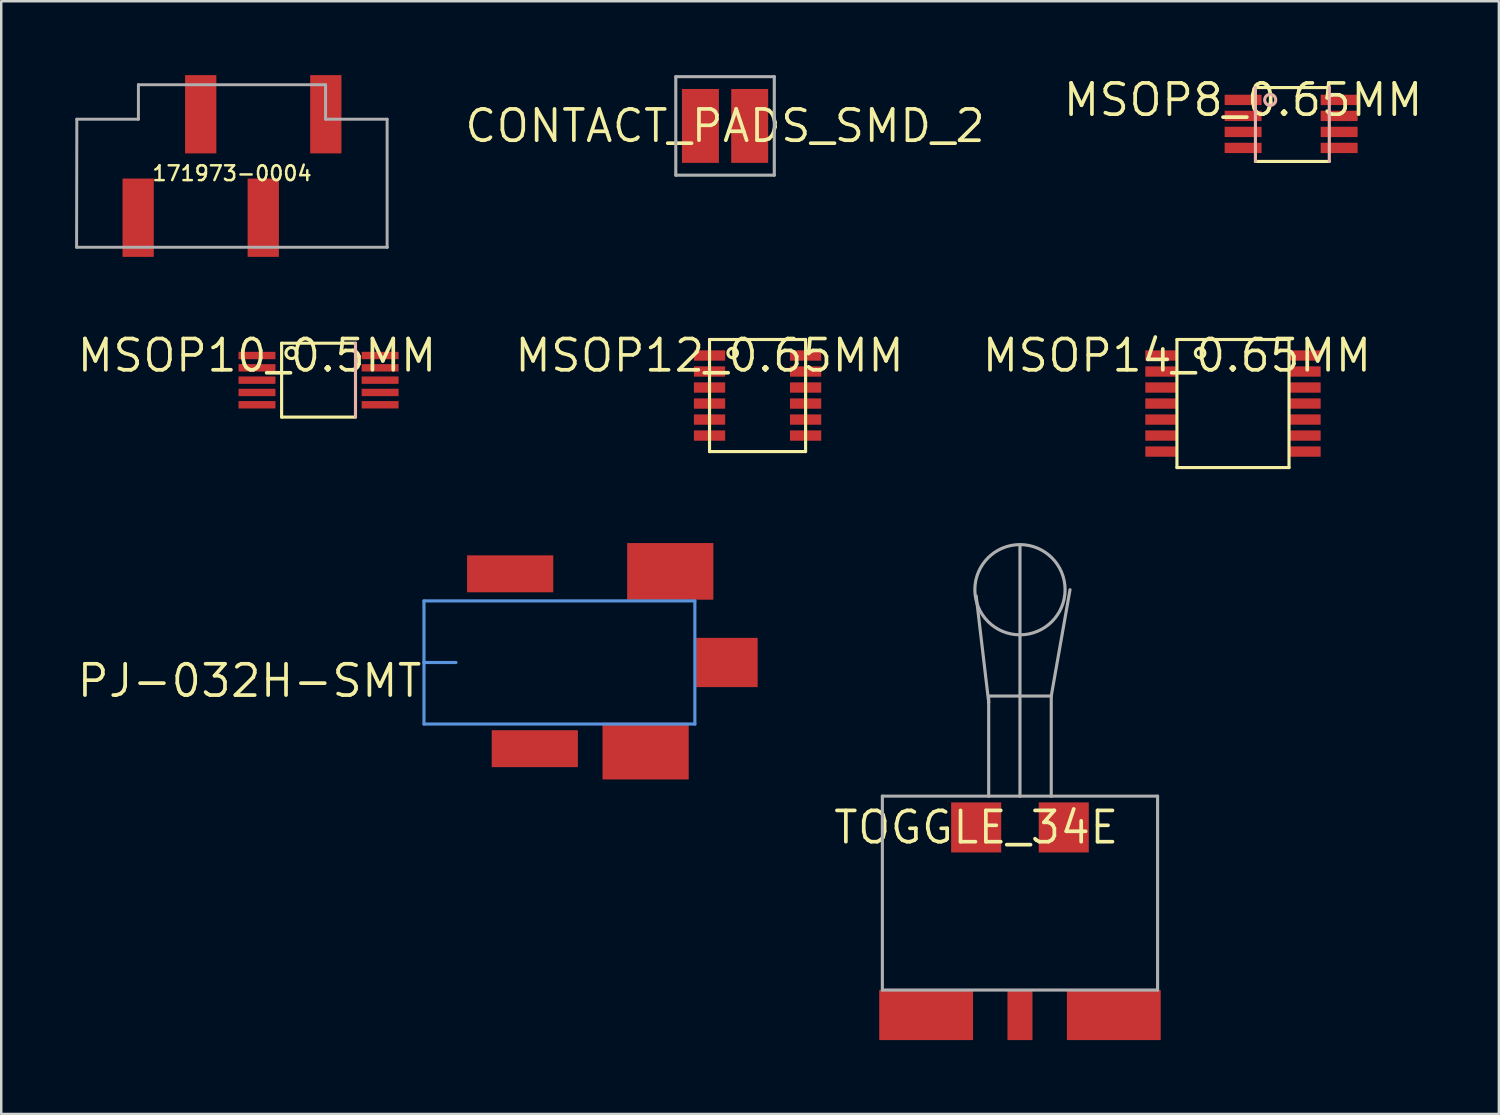
<source format=kicad_pcb>
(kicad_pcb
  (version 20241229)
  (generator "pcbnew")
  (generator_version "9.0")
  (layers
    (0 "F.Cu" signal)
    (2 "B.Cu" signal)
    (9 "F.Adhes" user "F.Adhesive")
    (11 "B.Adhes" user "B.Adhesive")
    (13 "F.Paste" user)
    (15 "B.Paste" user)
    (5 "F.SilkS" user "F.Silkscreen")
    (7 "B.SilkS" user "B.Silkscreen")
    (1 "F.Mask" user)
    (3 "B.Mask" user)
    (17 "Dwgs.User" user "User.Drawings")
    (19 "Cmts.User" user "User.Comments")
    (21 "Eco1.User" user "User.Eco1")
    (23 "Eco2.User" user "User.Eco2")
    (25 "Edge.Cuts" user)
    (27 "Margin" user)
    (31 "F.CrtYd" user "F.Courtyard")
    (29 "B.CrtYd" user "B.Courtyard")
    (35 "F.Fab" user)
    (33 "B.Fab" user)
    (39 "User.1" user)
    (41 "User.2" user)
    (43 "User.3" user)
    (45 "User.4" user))
  (footprint "171973-0004"
    (layer "F.Cu")
    (at 6.37 3.69)
    (property "Reference" "171973-0004" (at 0 0.3 0) (layer "F.SilkS") (effects (font (size 0.6 0.6) (thickness 0.1))))
    (attr through_hole)
    (fp_line (start -6.3 -1.9) (end -6.31 3.3) (stroke (width 0.12) (type solid)) (layer "F.Fab"))
    (fp_line (start -3.8 -3.3) (end -3.8 -1.9) (stroke (width 0.12) (type solid)) (layer "F.Fab"))
    (fp_line (start -3.8 -3.3) (end 3.8 -3.3) (stroke (width 0.12) (type solid)) (layer "F.Fab"))
    (fp_line (start -3.8 -1.9) (end -6.3 -1.9) (stroke (width 0.12) (type solid)) (layer "F.Fab"))
    (fp_line (start 3.8 -3.3) (end 3.8 -1.9) (stroke (width 0.12) (type solid)) (layer "F.Fab"))
    (fp_line (start 6.3 -1.9) (end 3.8 -1.9) (stroke (width 0.12) (type solid)) (layer "F.Fab"))
    (fp_line (start 6.3 3.3) (end 6.3 -1.9) (stroke (width 0.12) (type solid)) (layer "F.Fab"))
    (fp_line (start 6.31 3.3) (end -6.31 3.3) (stroke (width 0.12) (type solid)) (layer "F.Fab"))
    (pad "1" smd rect (at 3.81 -2.1) (size 1.27 3.18) (layers "F.Cu" "F.Mask" "F.Paste"))
    (pad "2" smd rect (at 1.27 2.1) (size 1.27 3.18) (layers "F.Cu" "F.Mask" "F.Paste"))
    (pad "3" smd rect (at -1.27 -2.1) (size 1.27 3.18) (layers "F.Cu" "F.Mask" "F.Paste"))
    (pad "4" smd rect (at -3.81 2.1) (size 1.27 3.18) (layers "F.Cu" "F.Mask" "F.Paste")))
  (footprint "MSOP14_0.65MM"
    (layer "F.Cu")
    (at 44.741 11.386)
    (property "Reference" "MSOP14_0.65MM" (at 0 0 0) (layer "F.SilkS") (effects (font (size 1.27 1.27) (thickness 0.15))))
    (attr through_hole)
    (fp_line (start 0 -0.65) (end 4.551 -0.65) (stroke (width 0.127) (type solid)) (layer "F.SilkS"))
    (fp_line (start 0 4.551) (end 0 -0.65) (stroke (width 0.127) (type solid)) (layer "F.SilkS"))
    (fp_line (start 4.551 -0.65) (end 4.551 4.551) (stroke (width 0.127) (type solid)) (layer "F.SilkS"))
    (fp_line (start 4.551 4.551) (end 0 4.551) (stroke (width 0.127) (type solid)) (layer "F.SilkS"))
    (fp_circle (center 0.94 -0.102) (end 1.133 -0.102) (stroke (width 0.127) (type solid)) (fill no) (layer "F.SilkS"))
    (pad "P$1" smd rect (at -0.65 0) (size 1.27 0.419) (layers "F.Cu" "F.Mask" "F.Paste"))
    (pad "P$2" smd rect (at -0.65 0.65) (size 1.27 0.419) (layers "F.Cu" "F.Mask" "F.Paste"))
    (pad "P$3" smd rect (at -0.65 1.3) (size 1.27 0.419) (layers "F.Cu" "F.Mask" "F.Paste"))
    (pad "P$4" smd rect (at -0.65 1.951) (size 1.27 0.419) (layers "F.Cu" "F.Mask" "F.Paste"))
    (pad "P$5" smd rect (at -0.65 2.601) (size 1.27 0.419) (layers "F.Cu" "F.Mask" "F.Paste"))
    (pad "P$6" smd rect (at -0.65 3.251) (size 1.27 0.419) (layers "F.Cu" "F.Mask" "F.Paste"))
    (pad "P$7" smd rect (at -0.649 3.901) (size 1.27 0.419) (layers "F.Cu" "F.Mask" "F.Paste"))
    (pad "P$8" smd rect (at 5.201 3.901) (size 1.27 0.419) (layers "F.Cu" "F.Mask" "F.Paste"))
    (pad "P$9" smd rect (at 5.201 3.251) (size 1.27 0.419) (layers "F.Cu" "F.Mask" "F.Paste"))
    (pad "P$10" smd rect (at 5.201 2.6) (size 1.27 0.419) (layers "F.Cu" "F.Mask" "F.Paste"))
    (pad "P$11" smd rect (at 5.201 1.95) (size 1.27 0.419) (layers "F.Cu" "F.Mask" "F.Paste"))
    (pad "P$12" smd rect (at 5.201 1.3) (size 1.27 0.419) (layers "F.Cu" "F.Mask" "F.Paste"))
    (pad "P$13" smd rect (at 5.201 0.65) (size 1.27 0.419) (layers "F.Cu" "F.Mask" "F.Paste"))
    (pad "P$14" smd rect (at 5.201 0) (size 1.27 0.419) (layers "F.Cu" "F.Mask" "F.Paste")))
  (footprint "CONTACT_PADS_SMD_2"
    (layer "F.Cu")
    (at 26.391 2.063)
    (property "Reference" "CONTACT_PADS_SMD_2" (at 0 0 0) (layer "F.SilkS") (effects (font (size 1.27 1.27) (thickness 0.15))))
    (attr through_hole)
    (fp_line (start -2 -2) (end 2 -2) (stroke (width 0.127) (type solid)) (layer "F.Fab"))
    (fp_line (start -2 2) (end -2 -2) (stroke (width 0.127) (type solid)) (layer "F.Fab"))
    (fp_line (start 2 -2) (end 2 2) (stroke (width 0.127) (type solid)) (layer "F.Fab"))
    (fp_line (start 2 2) (end -2 2) (stroke (width 0.127) (type solid)) (layer "F.Fab"))
    (pad "P$1" smd rect (at -1 0) (size 1.5 3) (layers "F.Cu" "F.Mask" "F.Paste"))
    (pad "P$2" smd rect (at 1 0) (size 1.5 3) (layers "F.Cu" "F.Mask" "F.Paste")))
  (footprint "TOGGLE_34E"
    (layer "F.Cu")
    (at 36.589 30.548)
    (property "Reference" "TOGGLE_34E" (at 0 0 0) (layer "F.SilkS") (effects (font (size 1.27 1.27) (thickness 0.15))))
    (attr through_hole)
    (fp_line (start -3.81 -1.27) (end 0.508 -1.27) (stroke (width 0.127) (type solid)) (layer "F.Fab"))
    (fp_line (start -3.81 6.604) (end -3.81 -1.27) (stroke (width 0.127) (type solid)) (layer "F.Fab"))
    (fp_line (start 0 -9.398) (end 0.508 -5.08) (stroke (width 0.127) (type solid)) (layer "F.Fab"))
    (fp_line (start 0.508 -5.334) (end 3.048 -5.334) (stroke (width 0.127) (type solid)) (layer "F.Fab"))
    (fp_line (start 0.508 -5.08) (end 0.508 -5.334) (stroke (width 0.127) (type solid)) (layer "F.Fab"))
    (fp_line (start 0.508 -1.27) (end 0.508 -5.08) (stroke (width 0.127) (type solid)) (layer "F.Fab"))
    (fp_line (start 1.778 -1.27) (end 0.508 -1.27) (stroke (width 0.127) (type solid)) (layer "F.Fab"))
    (fp_line (start 1.778 -1.27) (end 1.778 -11.43) (stroke (width 0.127) (type solid)) (layer "F.Fab"))
    (fp_line (start 1.778 -1.27) (end 3.048 -1.27) (stroke (width 0.127) (type solid)) (layer "F.Fab"))
    (fp_line (start 3.048 -5.334) (end 3.048 -1.27) (stroke (width 0.127) (type solid)) (layer "F.Fab"))
    (fp_line (start 3.048 -1.27) (end 7.366 -1.27) (stroke (width 0.127) (type solid)) (layer "F.Fab"))
    (fp_line (start 3.81 -9.652) (end 3.048 -5.334) (stroke (width 0.127) (type solid)) (layer "F.Fab"))
    (fp_line (start 7.366 -1.27) (end 7.366 6.604) (stroke (width 0.127) (type solid)) (layer "F.Fab"))
    (fp_line (start 7.366 6.604) (end -3.81 6.604) (stroke (width 0.127) (type solid)) (layer "F.Fab"))
    (fp_circle (center 1.778 -9.652) (end 3.61 -9.652) (stroke (width 0.127) (type solid)) (fill no) (layer "F.Fab"))
    (pad "1" smd rect (at -2.032 7.62) (size 3.81 2.032) (layers "F.Cu" "F.Mask" "F.Paste"))
    (pad "3" smd rect (at 5.588 7.62) (size 3.81 2.032) (layers "F.Cu" "F.Mask" "F.Paste"))
    (pad "COM" smd rect (at 1.778 7.62) (size 1.016 2.032) (layers "F.Cu" "F.Mask" "F.Paste"))
    (pad "NC" smd rect (at 0 0) (size 2.032 2.032) (layers "F.Cu" "F.Mask" "F.Paste"))
    (pad "NC2" smd rect (at 3.556 0) (size 2.032 2.032) (layers "F.Cu" "F.Mask" "F.Paste")))
  (footprint "MSOP12_0.65MM"
    (layer "F.Cu")
    (at 25.761 11.386)
    (property "Reference" "MSOP12_0.65MM" (at 0 0 0) (layer "F.SilkS") (effects (font (size 1.27 1.27) (thickness 0.15))))
    (attr through_hole)
    (fp_line (start 0 -0.65) (end 3.901 -0.65) (stroke (width 0.127) (type solid)) (layer "F.SilkS"))
    (fp_line (start 0 3.901) (end 0 -0.65) (stroke (width 0.127) (type solid)) (layer "F.SilkS"))
    (fp_line (start 3.901 -0.65) (end 3.901 3.901) (stroke (width 0.127) (type solid)) (layer "F.SilkS"))
    (fp_line (start 3.901 3.901) (end 0 3.901) (stroke (width 0.127) (type solid)) (layer "F.SilkS"))
    (fp_circle (center 0.94 -0.102) (end 1.133 -0.102) (stroke (width 0.127) (type solid)) (fill no) (layer "F.SilkS"))
    (pad "P$1" smd rect (at 0 0) (size 1.27 0.419) (layers "F.Cu" "F.Mask" "F.Paste"))
    (pad "P$2" smd rect (at 0 0.65) (size 1.27 0.419) (layers "F.Cu" "F.Mask" "F.Paste"))
    (pad "P$3" smd rect (at 0 1.3) (size 1.27 0.419) (layers "F.Cu" "F.Mask" "F.Paste"))
    (pad "P$4" smd rect (at 0 1.951) (size 1.27 0.419) (layers "F.Cu" "F.Mask" "F.Paste"))
    (pad "P$5" smd rect (at 0 2.601) (size 1.27 0.419) (layers "F.Cu" "F.Mask" "F.Paste"))
    (pad "P$6" smd rect (at 0 3.251) (size 1.27 0.419) (layers "F.Cu" "F.Mask" "F.Paste"))
    (pad "P$7" smd rect (at 3.901 3.251) (size 1.27 0.419) (layers "F.Cu" "F.Mask" "F.Paste"))
    (pad "P$8" smd rect (at 3.901 2.601) (size 1.27 0.419) (layers "F.Cu" "F.Mask" "F.Paste"))
    (pad "P$9" smd rect (at 3.901 1.951) (size 1.27 0.419) (layers "F.Cu" "F.Mask" "F.Paste"))
    (pad "P$10" smd rect (at 3.901 1.3) (size 1.27 0.419) (layers "F.Cu" "F.Mask" "F.Paste"))
    (pad "P$11" smd rect (at 3.901 0.65) (size 1.27 0.419) (layers "F.Cu" "F.Mask" "F.Paste"))
    (pad "P$12" smd rect (at 3.901 0) (size 1.27 0.419) (layers "F.Cu" "F.Mask" "F.Paste")))
  (footprint "MSOP8_0.65MM"
    (layer "F.Cu")
    (at 47.428 1.006)
    (property "Reference" "MSOP8_0.65MM" (at 0 0 0) (layer "F.SilkS") (effects (font (size 1.27 1.27) (thickness 0.15))))
    (attr through_hole)
    (fp_line (start 0.5 -0.5) (end 3.5 -0.5) (stroke (width 0.127) (type solid)) (layer "F.SilkS"))
    (fp_line (start 3.5 2.5) (end 0.5 2.5) (stroke (width 0.127) (type solid)) (layer "F.SilkS"))
    (fp_line (start 0.5 2.5) (end 0.5 -0.5) (stroke (width 0.127) (type solid)) (layer "B.SilkS"))
    (fp_line (start 3.5 -0.5) (end 3.5 2.5) (stroke (width 0.127) (type solid)) (layer "B.SilkS"))
    (fp_circle (center 1.1 0) (end 1.324 0) (stroke (width 0.127) (type solid)) (fill no) (layer "B.SilkS"))
    (pad "P$1" smd rect (at 0 0) (size 1.5 0.42) (layers "F.Cu" "F.Mask" "F.Paste"))
    (pad "P$2" smd rect (at 0 0.65) (size 1.5 0.42) (layers "F.Cu" "F.Mask" "F.Paste"))
    (pad "P$3" smd rect (at 0 1.3) (size 1.5 0.42) (layers "F.Cu" "F.Mask" "F.Paste"))
    (pad "P$4" smd rect (at 0 1.95) (size 1.5 0.42) (layers "F.Cu" "F.Mask" "F.Paste"))
    (pad "P$5" smd rect (at 3.9 1.95) (size 1.5 0.42) (layers "F.Cu" "F.Mask" "F.Paste"))
    (pad "P$6" smd rect (at 3.9 1.3) (size 1.5 0.42) (layers "F.Cu" "F.Mask" "F.Paste"))
    (pad "P$7" smd rect (at 3.9 0.65) (size 1.5 0.42) (layers "F.Cu" "F.Mask" "F.Paste"))
    (pad "P$8" smd rect (at 3.9 0) (size 1.5 0.42) (layers "F.Cu" "F.Mask" "F.Paste")))
  (footprint "MSOP10_0.5MM"
    (layer "F.Cu")
    (at 7.385 11.386)
    (property "Reference" "MSOP10_0.5MM" (at 0 0 0) (layer "F.SilkS") (effects (font (size 1.27 1.27) (thickness 0.15))))
    (attr through_hole)
    (fp_line (start 1 -0.5) (end 4 -0.5) (stroke (width 0.127) (type solid)) (layer "F.SilkS"))
    (fp_line (start 1 2.5) (end 1 -0.5) (stroke (width 0.127) (type solid)) (layer "F.SilkS"))
    (fp_line (start 4 2.5) (end 1 2.5) (stroke (width 0.127) (type solid)) (layer "F.SilkS"))
    (fp_circle (center 1.4 -0.1) (end 1.624 -0.1) (stroke (width 0.127) (type solid)) (fill no) (layer "F.SilkS"))
    (fp_line (start 4 -0.5) (end 4 2.5) (stroke (width 0.127) (type solid)) (layer "B.SilkS"))
    (pad "P$1" smd rect (at 0 0) (size 1.5 0.3) (layers "F.Cu" "F.Mask" "F.Paste"))
    (pad "P$2" smd rect (at 0 0.5) (size 1.5 0.3) (layers "F.Cu" "F.Mask" "F.Paste"))
    (pad "P$3" smd rect (at 0 1) (size 1.5 0.3) (layers "F.Cu" "F.Mask" "F.Paste"))
    (pad "P$4" smd rect (at 0 1.5) (size 1.5 0.3) (layers "F.Cu" "F.Mask" "F.Paste"))
    (pad "P$5" smd rect (at 0 2) (size 1.5 0.3) (layers "F.Cu" "F.Mask" "F.Paste"))
    (pad "P$6" smd rect (at 5 2) (size 1.5 0.3) (layers "F.Cu" "F.Mask" "F.Paste"))
    (pad "P$7" smd rect (at 5 1.5) (size 1.5 0.3) (layers "F.Cu" "F.Mask" "F.Paste"))
    (pad "P$8" smd rect (at 5 1) (size 1.5 0.3) (layers "F.Cu" "F.Mask" "F.Paste"))
    (pad "P$9" smd rect (at 5 0.5) (size 1.5 0.3) (layers "F.Cu" "F.Mask" "F.Paste"))
    (pad "P$10" smd rect (at 5 0) (size 1.5 0.3) (layers "F.Cu" "F.Mask" "F.Paste")))
  (footprint "PJ-032H-SMT"
    (layer "F.Cu")
    (at 14.166 23.851)
    (property "Reference" "PJ-032H-SMT" (at 0 0 0) (layer "F.SilkS") (effects (font (size 1.27 1.27) (thickness 0.15)) (justify right top)))
    (attr through_hole)
    (fp_line (start 0 -2.5) (end 11 -2.5) (stroke (width 0.127) (type solid)) (layer "Cmts.User"))
    (fp_line (start 0 0) (end 0 -2.5) (stroke (width 0.127) (type solid)) (layer "Cmts.User"))
    (fp_line (start 0 0) (end 1.3 0) (stroke (width 0.127) (type solid)) (layer "Cmts.User"))
    (fp_line (start 0 2.5) (end 0 0) (stroke (width 0.127) (type solid)) (layer "Cmts.User"))
    (fp_line (start 11 -2.5) (end 11 2.5) (stroke (width 0.127) (type solid)) (layer "Cmts.User"))
    (fp_line (start 11 2.5) (end 0 2.5) (stroke (width 0.127) (type solid)) (layer "Cmts.User"))
    (pad "1" smd rect (at 12.3 0) (size 2.5 2) (layers "F.Cu" "F.Mask" "F.Paste"))
    (pad "2" smd rect (at 9 3.6) (size 3.5 2.3) (layers "F.Cu" "F.Mask" "F.Paste"))
    (pad "3" smd rect (at 10 -3.7) (size 3.5 2.3) (layers "F.Cu" "F.Mask" "F.Paste"))
    (pad "4_1" smd rect (at 4.5 3.5) (size 3.5 1.5) (layers "F.Cu" "F.Mask" "F.Paste"))
    (pad "4_2" smd rect (at 3.5 -3.6) (size 3.5 1.5) (layers "F.Cu" "F.Mask" "F.Paste")))
  (gr_rect
    (start -3 -3)
    (end 57.813 42.184)
    (stroke (width 0.1) (type default))
    (fill no)
    (layer "Edge.Cuts")))
</source>
